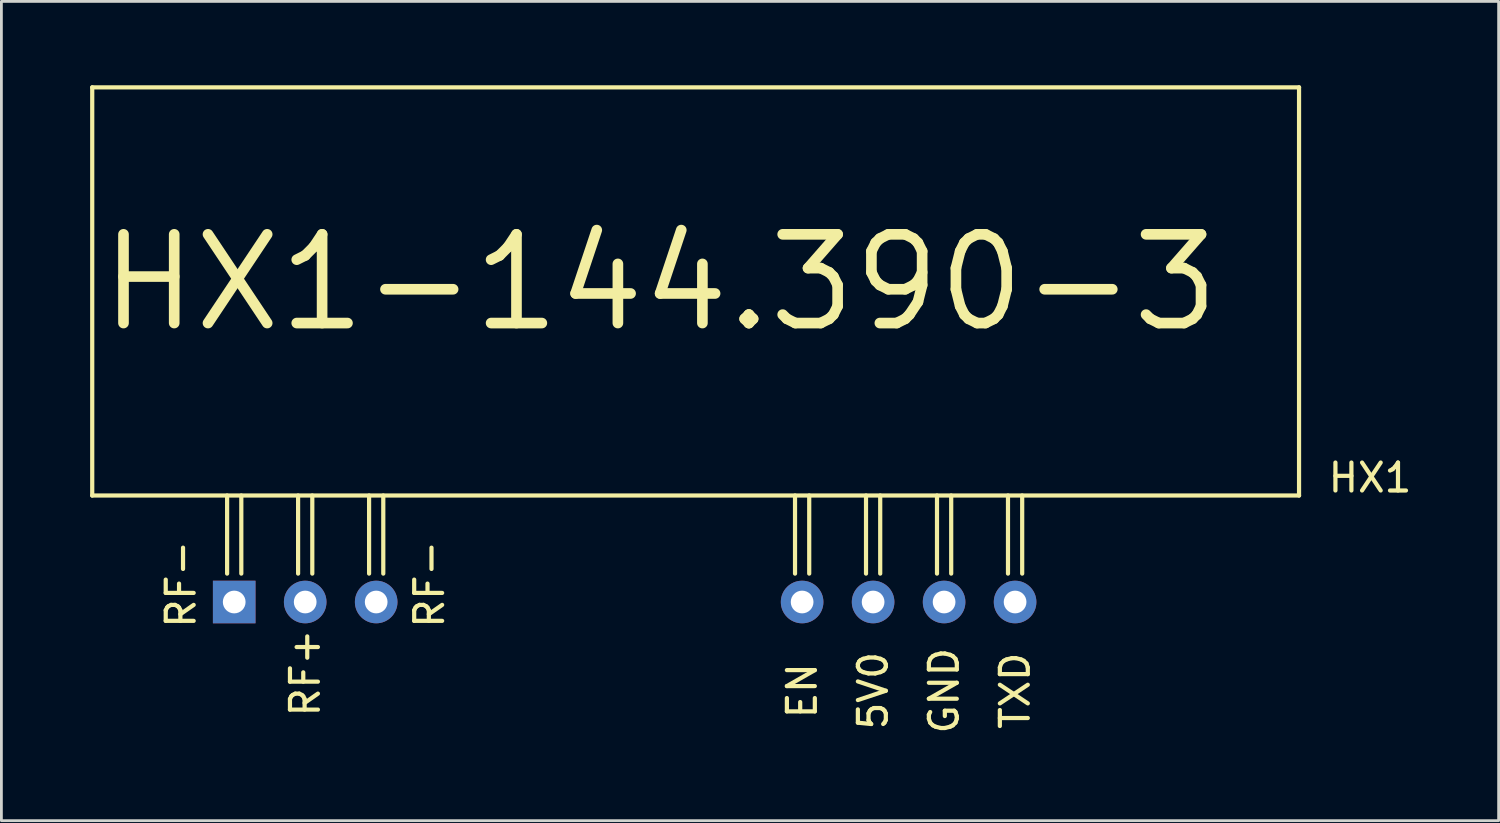
<source format=kicad_pcb>
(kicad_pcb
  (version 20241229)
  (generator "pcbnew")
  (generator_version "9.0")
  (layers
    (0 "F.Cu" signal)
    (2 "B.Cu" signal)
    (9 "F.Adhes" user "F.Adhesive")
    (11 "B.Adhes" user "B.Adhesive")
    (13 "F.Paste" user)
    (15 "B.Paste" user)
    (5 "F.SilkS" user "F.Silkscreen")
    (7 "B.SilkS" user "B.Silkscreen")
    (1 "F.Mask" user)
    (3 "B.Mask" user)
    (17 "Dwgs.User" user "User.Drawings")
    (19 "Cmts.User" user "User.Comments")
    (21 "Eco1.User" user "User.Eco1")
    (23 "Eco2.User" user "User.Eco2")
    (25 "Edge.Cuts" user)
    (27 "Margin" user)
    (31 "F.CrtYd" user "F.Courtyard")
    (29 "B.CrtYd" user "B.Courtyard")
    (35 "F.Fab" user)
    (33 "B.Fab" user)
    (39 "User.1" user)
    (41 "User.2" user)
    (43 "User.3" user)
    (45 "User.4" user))
  (footprint "HX1"
    (layer "F.Cu")
    (at 0.25 14.68)
    (property "Reference" "HX1" (at 45.72 -0.635 0) (layer "F.SilkS") (effects (font (size 1 1) (thickness 0.15))))
    (attr through_hole)
    (fp_line (start 0 -14.605) (end 0 0) (stroke (width 0.15) (type solid)) (layer "F.SilkS"))
    (fp_line (start 0 0) (end 43.18 0) (stroke (width 0.15) (type solid)) (layer "F.SilkS"))
    (fp_line (start 4.826 0) (end 4.826 2.794) (stroke (width 0.15) (type solid)) (layer "F.SilkS"))
    (fp_line (start 5.334 2.794) (end 5.334 0) (stroke (width 0.15) (type solid)) (layer "F.SilkS"))
    (fp_line (start 7.366 0) (end 7.366 2.794) (stroke (width 0.15) (type solid)) (layer "F.SilkS"))
    (fp_line (start 7.874 2.794) (end 7.874 0) (stroke (width 0.15) (type solid)) (layer "F.SilkS"))
    (fp_line (start 9.906 0) (end 9.906 2.794) (stroke (width 0.15) (type solid)) (layer "F.SilkS"))
    (fp_line (start 10.414 2.794) (end 10.414 0) (stroke (width 0.15) (type solid)) (layer "F.SilkS"))
    (fp_line (start 25.146 2.794) (end 25.146 0) (stroke (width 0.15) (type solid)) (layer "F.SilkS"))
    (fp_line (start 25.654 0) (end 25.654 2.794) (stroke (width 0.15) (type solid)) (layer "F.SilkS"))
    (fp_line (start 27.686 2.794) (end 27.686 0) (stroke (width 0.15) (type solid)) (layer "F.SilkS"))
    (fp_line (start 28.194 0) (end 28.194 2.794) (stroke (width 0.15) (type solid)) (layer "F.SilkS"))
    (fp_line (start 30.226 2.794) (end 30.226 0) (stroke (width 0.15) (type solid)) (layer "F.SilkS"))
    (fp_line (start 30.734 0) (end 30.734 2.794) (stroke (width 0.15) (type solid)) (layer "F.SilkS"))
    (fp_line (start 32.766 2.794) (end 32.766 0) (stroke (width 0.15) (type solid)) (layer "F.SilkS"))
    (fp_line (start 33.274 0) (end 33.274 2.794) (stroke (width 0.15) (type solid)) (layer "F.SilkS"))
    (fp_line (start 43.18 -14.605) (end 0 -14.605) (stroke (width 0.15) (type solid)) (layer "F.SilkS"))
    (fp_line (start 43.18 0) (end 43.18 -14.605) (stroke (width 0.15) (type solid)) (layer "F.SilkS"))
    (fp_text user "HX1-144.390-3" (at 20.32 -7.62 0) (layer "F.SilkS") (effects (font (size 3.175 3.175) (thickness 0.381))))
    (fp_text user "TXD" (at 33.02 6.985 90) (layer "F.SilkS") (effects (font (size 1 1) (thickness 0.15))))
    (fp_text user "EN" (at 25.4 6.985 90) (layer "F.SilkS") (effects (font (size 1 1) (thickness 0.15))))
    (fp_text user "5V0" (at 27.94 6.985 90) (layer "F.SilkS") (effects (font (size 1 1) (thickness 0.15))))
    (fp_text user "GND" (at 30.48 6.985 90) (layer "F.SilkS") (effects (font (size 1 1) (thickness 0.15))))
    (fp_text user "RF-" (at 3.175 3.175 90) (layer "F.SilkS") (effects (font (size 1 1) (thickness 0.15))))
    (fp_text user "RF+" (at 7.62 6.35 270) (layer "F.SilkS") (effects (font (size 1 1) (thickness 0.15))))
    (fp_text user "RF-" (at 12.065 3.175 90) (layer "F.SilkS") (effects (font (size 1 1) (thickness 0.15))))
    (pad "1" thru_hole rect (at 5.08 3.81) (size 1.524 1.524) (drill 0.813) (layers "*.Cu" "*.Mask"))
    (pad "2" thru_hole circle (at 7.62 3.81) (size 1.524 1.524) (drill 0.813) (layers "*.Cu" "*.Mask"))
    (pad "3" thru_hole circle (at 10.16 3.81) (size 1.524 1.524) (drill 0.813) (layers "*.Cu" "*.Mask"))
    (pad "4" thru_hole circle (at 25.4 3.81) (size 1.524 1.524) (drill 0.813) (layers "*.Cu" "*.Mask"))
    (pad "5" thru_hole circle (at 27.94 3.81) (size 1.524 1.524) (drill 0.813) (layers "*.Cu" "*.Mask"))
    (pad "6" thru_hole circle (at 30.48 3.81) (size 1.524 1.524) (drill 0.813) (layers "*.Cu" "*.Mask"))
    (pad "7" thru_hole circle (at 33.02 3.81) (size 1.524 1.524) (drill 0.813) (layers "*.Cu" "*.Mask")))
  (gr_rect
    (start -3 -3)
    (end 50.571 26.314)
    (stroke (width 0.1) (type default))
    (fill no)
    (layer "Edge.Cuts")))
</source>
